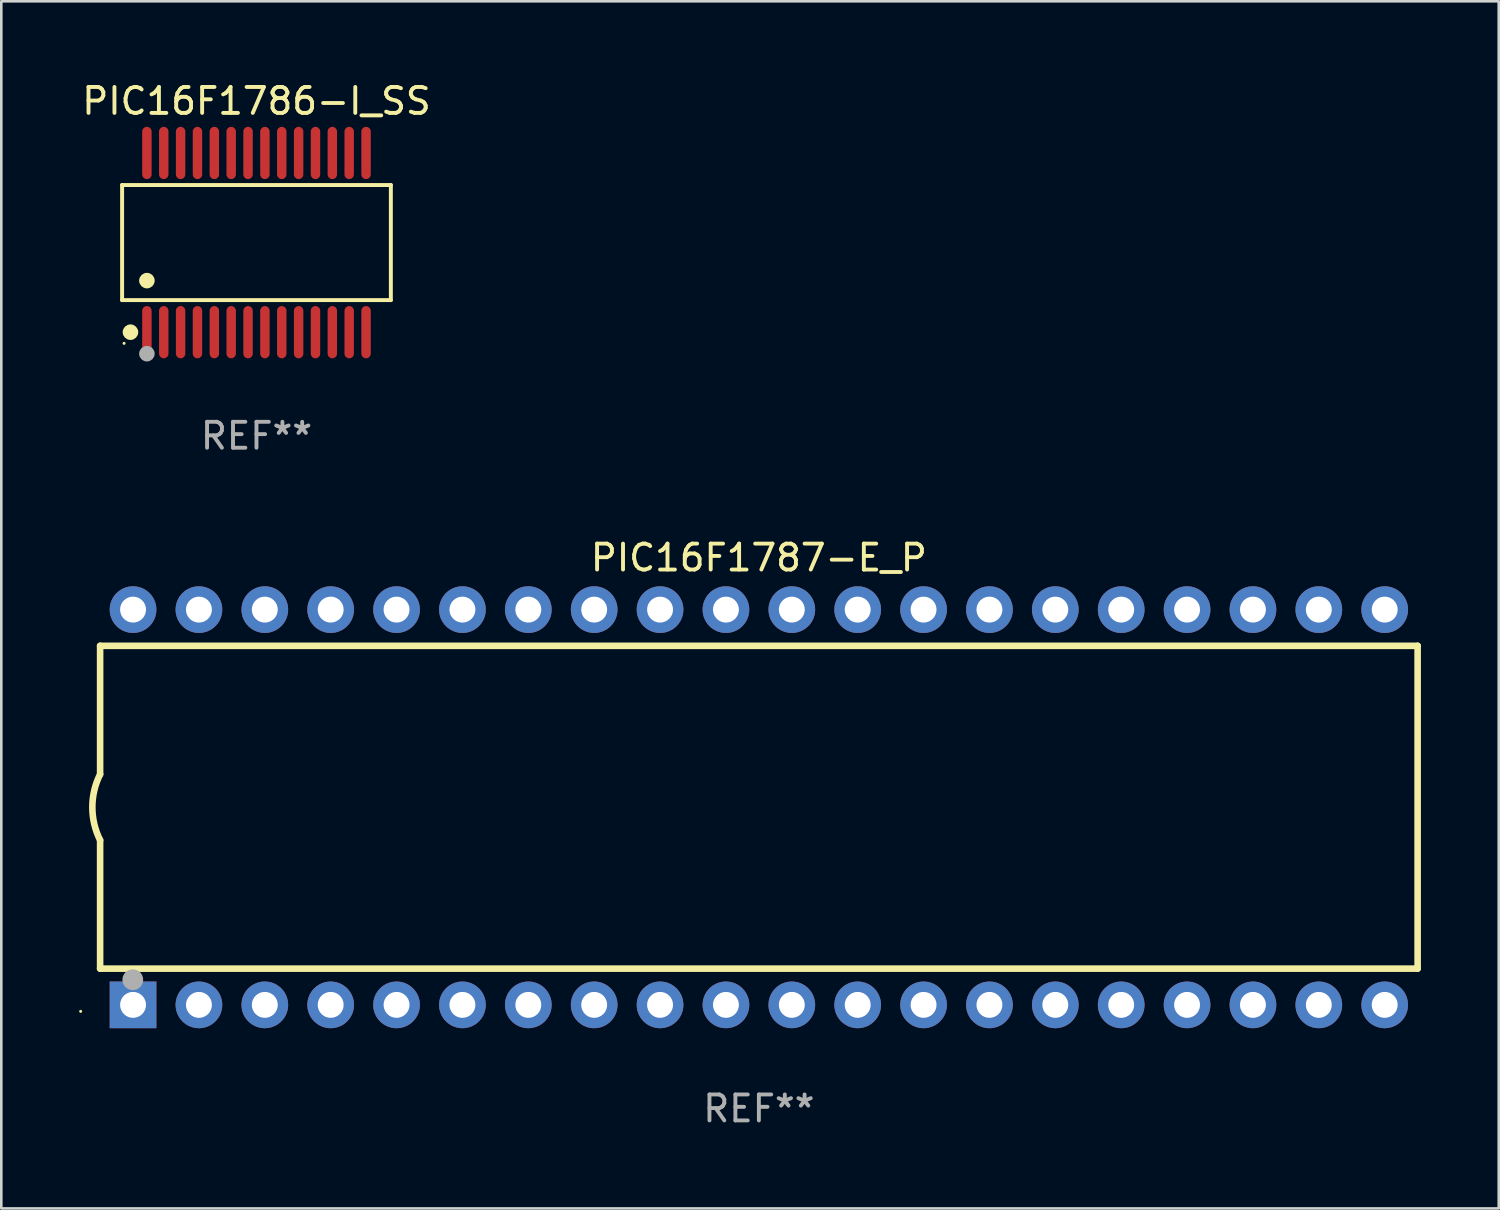
<source format=kicad_pcb>
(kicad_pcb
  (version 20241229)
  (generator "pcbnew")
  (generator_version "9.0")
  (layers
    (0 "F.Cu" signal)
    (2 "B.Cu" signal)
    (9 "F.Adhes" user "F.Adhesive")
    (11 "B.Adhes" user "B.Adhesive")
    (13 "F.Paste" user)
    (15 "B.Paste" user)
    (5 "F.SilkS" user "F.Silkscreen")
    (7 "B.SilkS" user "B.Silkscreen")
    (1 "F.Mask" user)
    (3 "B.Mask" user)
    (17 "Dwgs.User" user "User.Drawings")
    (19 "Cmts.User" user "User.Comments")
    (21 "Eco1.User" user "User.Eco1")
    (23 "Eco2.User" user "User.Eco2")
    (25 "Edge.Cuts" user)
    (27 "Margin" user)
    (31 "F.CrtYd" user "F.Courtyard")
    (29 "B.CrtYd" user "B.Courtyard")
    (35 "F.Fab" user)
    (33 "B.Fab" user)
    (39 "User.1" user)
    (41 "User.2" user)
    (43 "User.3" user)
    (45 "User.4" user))
  (footprint "PIC16F1786-I_SS"
    (layer "F.Cu")
    (at 6.839 6.303)
    (property "Reference" "PIC16F1786-I_SS" (at 0 -5.455 0) (layer "F.SilkS") (effects (font (size 1 1) (thickness 0.15))))
    (attr through_hole)
    (fp_line (start -5.181 -2.219) (end 5.181 -2.219) (stroke (width 0.152) (type solid)) (layer "F.SilkS"))
    (fp_line (start -5.181 2.219) (end -5.181 -2.219) (stroke (width 0.152) (type solid)) (layer "F.SilkS"))
    (fp_line (start 5.181 -2.219) (end 5.181 2.219) (stroke (width 0.152) (type solid)) (layer "F.SilkS"))
    (fp_line (start 5.181 2.219) (end -5.181 2.219) (stroke (width 0.152) (type solid)) (layer "F.SilkS"))
    (fp_circle (center -5.105 3.885) (end -5.075 3.885) (stroke (width 0.06) (type solid)) (fill no) (layer "F.SilkS"))
    (fp_circle (center -4.859 3.455) (end -4.709 3.455) (stroke (width 0.3) (type solid)) (fill no) (layer "F.SilkS"))
    (fp_circle (center -4.225 1.467) (end -4.075 1.467) (stroke (width 0.3) (type solid)) (fill no) (layer "F.SilkS"))
    (fp_circle (center -4.225 4.285) (end -4.075 4.285) (stroke (width 0.3) (type solid)) (fill no) (layer "F.Fab"))
    (fp_text user "REF**" (at 0 7.455 0) (layer "F.Fab") (effects (font (size 1 1) (thickness 0.15))))
    (pad "1" smd oval (at -4.225 3.455) (size 0.364 2.015) (layers "F.Cu" "F.Mask" "F.Paste"))
    (pad "2" smd oval (at -3.575 3.455) (size 0.364 2.015) (layers "F.Cu" "F.Mask" "F.Paste"))
    (pad "3" smd oval (at -2.925 3.455) (size 0.364 2.015) (layers "F.Cu" "F.Mask" "F.Paste"))
    (pad "4" smd oval (at -2.275 3.455) (size 0.364 2.015) (layers "F.Cu" "F.Mask" "F.Paste"))
    (pad "5" smd oval (at -1.625 3.455) (size 0.364 2.015) (layers "F.Cu" "F.Mask" "F.Paste"))
    (pad "6" smd oval (at -0.975 3.455) (size 0.364 2.015) (layers "F.Cu" "F.Mask" "F.Paste"))
    (pad "7" smd oval (at -0.325 3.455) (size 0.364 2.015) (layers "F.Cu" "F.Mask" "F.Paste"))
    (pad "8" smd oval (at 0.325 3.455) (size 0.364 2.015) (layers "F.Cu" "F.Mask" "F.Paste"))
    (pad "9" smd oval (at 0.975 3.455) (size 0.364 2.015) (layers "F.Cu" "F.Mask" "F.Paste"))
    (pad "10" smd oval (at 1.625 3.455) (size 0.364 2.015) (layers "F.Cu" "F.Mask" "F.Paste"))
    (pad "11" smd oval (at 2.275 3.455) (size 0.364 2.015) (layers "F.Cu" "F.Mask" "F.Paste"))
    (pad "12" smd oval (at 2.925 3.455) (size 0.364 2.015) (layers "F.Cu" "F.Mask" "F.Paste"))
    (pad "13" smd oval (at 3.575 3.455) (size 0.364 2.015) (layers "F.Cu" "F.Mask" "F.Paste"))
    (pad "14" smd oval (at 4.225 3.455) (size 0.364 2.015) (layers "F.Cu" "F.Mask" "F.Paste"))
    (pad "15" smd oval (at 4.225 -3.455) (size 0.364 2.015) (layers "F.Cu" "F.Mask" "F.Paste"))
    (pad "16" smd oval (at 3.575 -3.455) (size 0.364 2.015) (layers "F.Cu" "F.Mask" "F.Paste"))
    (pad "17" smd oval (at 2.925 -3.455) (size 0.364 2.015) (layers "F.Cu" "F.Mask" "F.Paste"))
    (pad "18" smd oval (at 2.275 -3.455) (size 0.364 2.015) (layers "F.Cu" "F.Mask" "F.Paste"))
    (pad "19" smd oval (at 1.625 -3.455) (size 0.364 2.015) (layers "F.Cu" "F.Mask" "F.Paste"))
    (pad "20" smd oval (at 0.975 -3.455) (size 0.364 2.015) (layers "F.Cu" "F.Mask" "F.Paste"))
    (pad "21" smd oval (at 0.325 -3.455) (size 0.364 2.015) (layers "F.Cu" "F.Mask" "F.Paste"))
    (pad "22" smd oval (at -0.325 -3.455) (size 0.364 2.015) (layers "F.Cu" "F.Mask" "F.Paste"))
    (pad "23" smd oval (at -0.975 -3.455) (size 0.364 2.015) (layers "F.Cu" "F.Mask" "F.Paste"))
    (pad "24" smd oval (at -1.625 -3.455) (size 0.364 2.015) (layers "F.Cu" "F.Mask" "F.Paste"))
    (pad "25" smd oval (at -2.275 -3.455) (size 0.364 2.015) (layers "F.Cu" "F.Mask" "F.Paste"))
    (pad "26" smd oval (at -2.925 -3.455) (size 0.364 2.015) (layers "F.Cu" "F.Mask" "F.Paste"))
    (pad "27" smd oval (at -3.575 -3.455) (size 0.364 2.015) (layers "F.Cu" "F.Mask" "F.Paste"))
    (pad "28" smd oval (at -4.225 -3.455) (size 0.364 2.015) (layers "F.Cu" "F.Mask" "F.Paste")))
  (footprint "PIC16F1787-E_P"
    (layer "F.Cu")
    (at 26.21 28.075)
    (property "Reference" "PIC16F1787-E_P" (at 0 -9.62 0) (layer "F.SilkS") (effects (font (size 1 1) (thickness 0.15))))
    (attr through_hole)
    (fp_line (start -25.4 -6.224) (end -25.4 -1.271) (stroke (width 0.254) (type solid)) (layer "F.SilkS"))
    (fp_line (start -25.4 -6.224) (end 25.4 -6.224) (stroke (width 0.254) (type solid)) (layer "F.SilkS"))
    (fp_line (start -25.4 1.269) (end -25.4 6.222) (stroke (width 0.254) (type solid)) (layer "F.SilkS"))
    (fp_line (start -25.4 6.222) (end 25.4 6.222) (stroke (width 0.254) (type solid)) (layer "F.SilkS"))
    (fp_line (start 25.4 6.222) (end 25.4 -6.224) (stroke (width 0.254) (type solid)) (layer "F.SilkS"))
    (fp_arc (start -25.4 1.269241) (mid -25.699807 -0.000762) (end -25.4 -1.270765) (stroke (width 0.254001) (type solid)) (layer "F.SilkS"))
    (fp_circle (center -26.15 7.87) (end -26.12 7.87) (stroke (width 0.06) (type solid)) (fill no) (layer "F.SilkS"))
    (fp_circle (center -24.14 6.65) (end -23.94 6.65) (stroke (width 0.4) (type solid)) (fill no) (layer "F.Fab"))
    (fp_text user "REF**" (at 0 11.62 0) (layer "F.Fab") (effects (font (size 1 1) (thickness 0.15))))
    (pad "1" thru_hole rect (at -24.13 7.62 90) (size 1.8 1.8) (drill 1) (layers "*.Cu" "*.Mask"))
    (pad "2" thru_hole circle (at -21.59 7.62) (size 1.8 1.8) (drill 1) (layers "*.Cu" "*.Mask"))
    (pad "3" thru_hole circle (at -19.05 7.62) (size 1.8 1.8) (drill 1) (layers "*.Cu" "*.Mask"))
    (pad "4" thru_hole circle (at -16.51 7.62) (size 1.8 1.8) (drill 1) (layers "*.Cu" "*.Mask"))
    (pad "5" thru_hole circle (at -13.97 7.62) (size 1.8 1.8) (drill 1) (layers "*.Cu" "*.Mask"))
    (pad "6" thru_hole circle (at -11.43 7.62) (size 1.8 1.8) (drill 1) (layers "*.Cu" "*.Mask"))
    (pad "7" thru_hole circle (at -8.89 7.62) (size 1.8 1.8) (drill 1) (layers "*.Cu" "*.Mask"))
    (pad "8" thru_hole circle (at -6.35 7.62) (size 1.8 1.8) (drill 1) (layers "*.Cu" "*.Mask"))
    (pad "9" thru_hole circle (at -3.81 7.62) (size 1.8 1.8) (drill 1) (layers "*.Cu" "*.Mask"))
    (pad "10" thru_hole circle (at -1.27 7.62) (size 1.8 1.8) (drill 1) (layers "*.Cu" "*.Mask"))
    (pad "11" thru_hole circle (at 1.27 7.62) (size 1.8 1.8) (drill 1) (layers "*.Cu" "*.Mask"))
    (pad "12" thru_hole circle (at 3.81 7.62) (size 1.8 1.8) (drill 1) (layers "*.Cu" "*.Mask"))
    (pad "13" thru_hole circle (at 6.35 7.62) (size 1.8 1.8) (drill 1) (layers "*.Cu" "*.Mask"))
    (pad "14" thru_hole circle (at 8.89 7.62) (size 1.8 1.8) (drill 1) (layers "*.Cu" "*.Mask"))
    (pad "15" thru_hole circle (at 11.43 7.62) (size 1.8 1.8) (drill 1) (layers "*.Cu" "*.Mask"))
    (pad "16" thru_hole circle (at 13.97 7.62) (size 1.8 1.8) (drill 1) (layers "*.Cu" "*.Mask"))
    (pad "17" thru_hole circle (at 16.51 7.62) (size 1.8 1.8) (drill 1) (layers "*.Cu" "*.Mask"))
    (pad "18" thru_hole circle (at 19.05 7.62) (size 1.8 1.8) (drill 1) (layers "*.Cu" "*.Mask"))
    (pad "19" thru_hole circle (at 21.59 7.62) (size 1.8 1.8) (drill 1) (layers "*.Cu" "*.Mask"))
    (pad "20" thru_hole circle (at 24.13 7.62) (size 1.8 1.8) (drill 1) (layers "*.Cu" "*.Mask"))
    (pad "21" thru_hole circle (at 24.13 -7.62) (size 1.8 1.8) (drill 1) (layers "*.Cu" "*.Mask"))
    (pad "22" thru_hole circle (at 21.59 -7.62) (size 1.8 1.8) (drill 1) (layers "*.Cu" "*.Mask"))
    (pad "23" thru_hole circle (at 19.05 -7.62) (size 1.8 1.8) (drill 1) (layers "*.Cu" "*.Mask"))
    (pad "24" thru_hole circle (at 16.51 -7.62) (size 1.8 1.8) (drill 1) (layers "*.Cu" "*.Mask"))
    (pad "25" thru_hole circle (at 13.97 -7.62) (size 1.8 1.8) (drill 1) (layers "*.Cu" "*.Mask"))
    (pad "26" thru_hole circle (at 11.43 -7.62) (size 1.8 1.8) (drill 1) (layers "*.Cu" "*.Mask"))
    (pad "27" thru_hole circle (at 8.89 -7.62) (size 1.8 1.8) (drill 1) (layers "*.Cu" "*.Mask"))
    (pad "28" thru_hole circle (at 6.35 -7.62) (size 1.8 1.8) (drill 1) (layers "*.Cu" "*.Mask"))
    (pad "29" thru_hole circle (at 3.81 -7.62) (size 1.8 1.8) (drill 1) (layers "*.Cu" "*.Mask"))
    (pad "30" thru_hole circle (at 1.27 -7.62) (size 1.8 1.8) (drill 1) (layers "*.Cu" "*.Mask"))
    (pad "31" thru_hole circle (at -1.27 -7.62) (size 1.8 1.8) (drill 1) (layers "*.Cu" "*.Mask"))
    (pad "32" thru_hole circle (at -3.81 -7.62) (size 1.8 1.8) (drill 1) (layers "*.Cu" "*.Mask"))
    (pad "33" thru_hole circle (at -6.35 -7.62) (size 1.8 1.8) (drill 1) (layers "*.Cu" "*.Mask"))
    (pad "34" thru_hole circle (at -8.89 -7.62) (size 1.8 1.8) (drill 1) (layers "*.Cu" "*.Mask"))
    (pad "35" thru_hole circle (at -11.43 -7.62) (size 1.8 1.8) (drill 1) (layers "*.Cu" "*.Mask"))
    (pad "36" thru_hole circle (at -13.97 -7.62) (size 1.8 1.8) (drill 1) (layers "*.Cu" "*.Mask"))
    (pad "37" thru_hole circle (at -16.51 -7.62) (size 1.8 1.8) (drill 1) (layers "*.Cu" "*.Mask"))
    (pad "38" thru_hole circle (at -19.05 -7.62) (size 1.8 1.8) (drill 1) (layers "*.Cu" "*.Mask"))
    (pad "39" thru_hole circle (at -21.59 -7.62) (size 1.8 1.8) (drill 1) (layers "*.Cu" "*.Mask"))
    (pad "40" thru_hole circle (at -24.13 -7.62) (size 1.8 1.8) (drill 1) (layers "*.Cu" "*.Mask")))
  (gr_rect
    (start -3 -3)
    (end 54.737 43.543)
    (stroke (width 0.1) (type default))
    (fill no)
    (layer "Edge.Cuts")))
</source>
